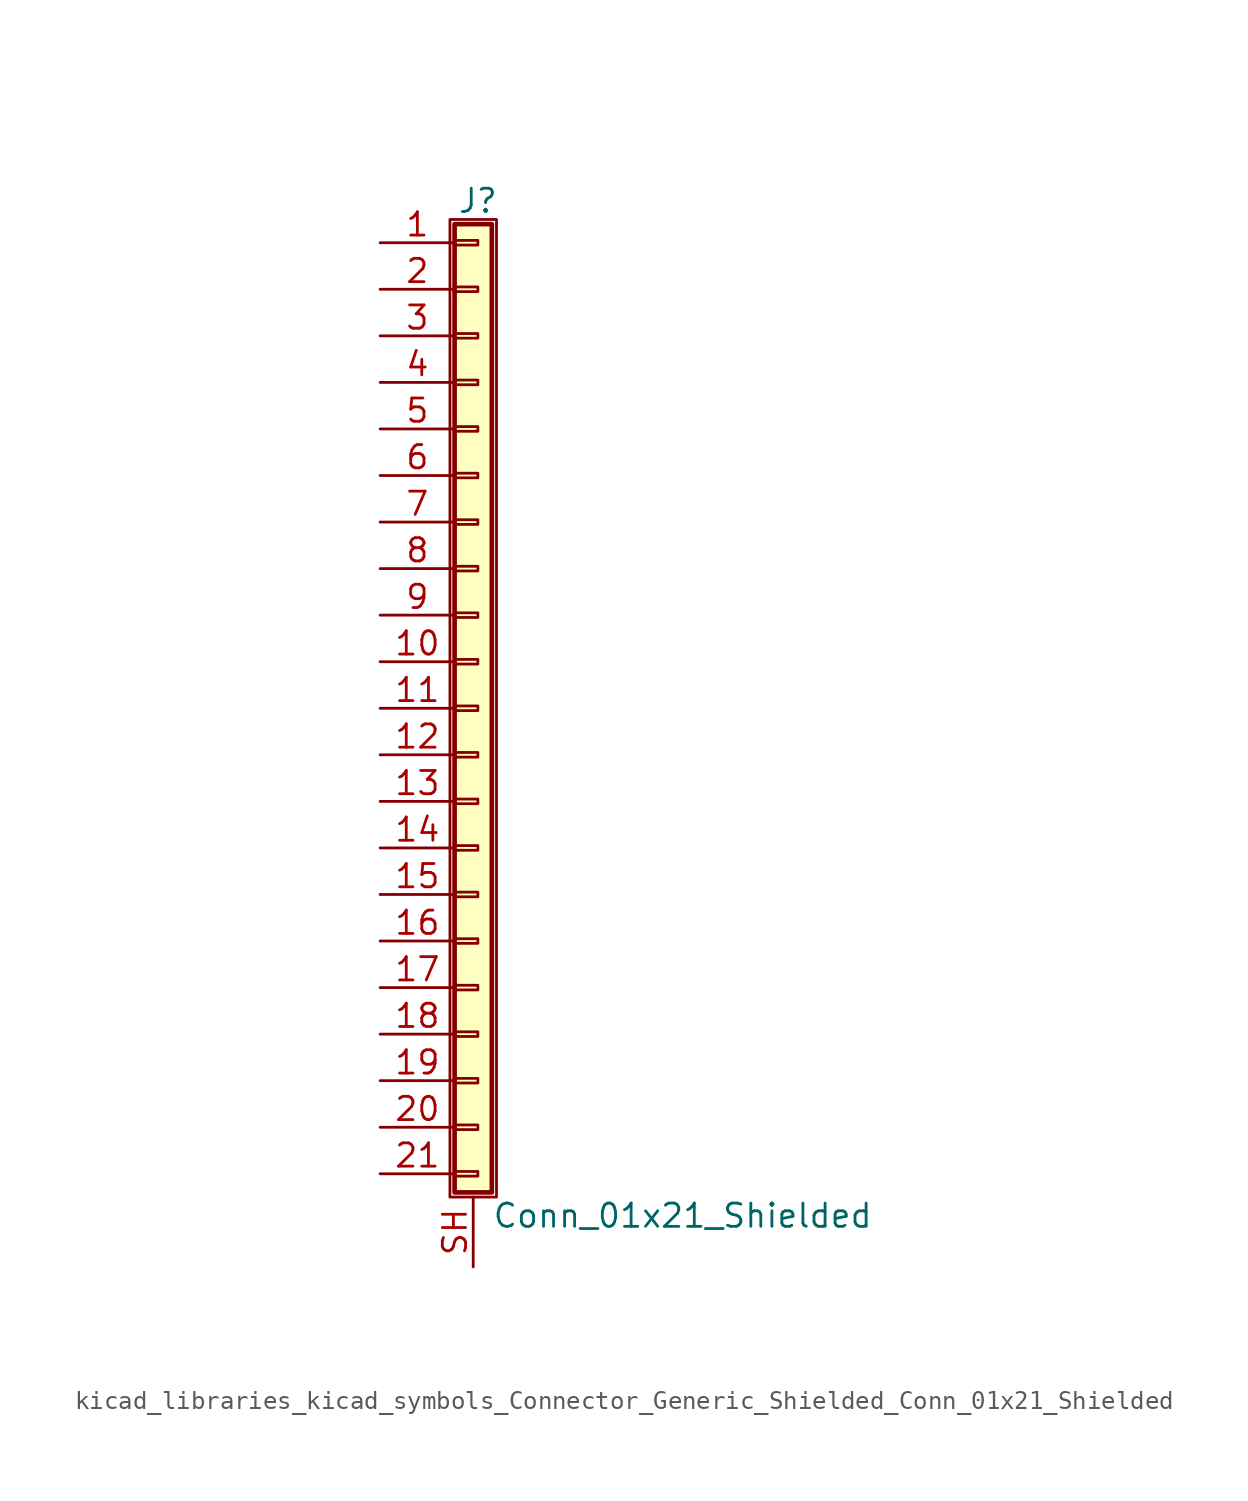
<source format=kicad_sym>
(kicad_symbol_lib
  (version 20220914)
  (generator kicad_symbol_editor)
  (symbol "kicad_libraries_kicad_symbols_Connector_Generic_Shielded_Conn_01x21_Shielded"
    (pin_names
      (offset 1.016) hide)
    (property "Reference" "J"
      (at 0.254 27.686 0)
      (effects (font (size 1.27 1.27))))
    (property "Value" "Conn_01x21_Shielded"
      (at 1.016 -27.686 0)
      (effects (font (size 1.27 1.27)) (justify left)))
    (symbol "kicad_libraries_kicad_symbols_Connector_Generic_Shielded_Conn_01x21_Shielded_1_1"
      (rectangle (start -1.27 26.67) (end 1.27 -26.67) (stroke (width 0.152) (type default)) (fill (type none)))
      (rectangle (start -1.016 -25.273) (end 0.254 -25.527) (stroke (width 0.152) (type default)) (fill (type none)))
      (rectangle (start -1.016 -22.733) (end 0.254 -22.987) (stroke (width 0.152) (type default)) (fill (type none)))
      (rectangle (start -1.016 -20.193) (end 0.254 -20.447) (stroke (width 0.152) (type default)) (fill (type none)))
      (rectangle (start -1.016 -17.653) (end 0.254 -17.907) (stroke (width 0.152) (type default)) (fill (type none)))
      (rectangle (start -1.016 -15.113) (end 0.254 -15.367) (stroke (width 0.152) (type default)) (fill (type none)))
      (rectangle (start -1.016 -12.573) (end 0.254 -12.827) (stroke (width 0.152) (type default)) (fill (type none)))
      (rectangle (start -1.016 -10.033) (end 0.254 -10.287) (stroke (width 0.152) (type default)) (fill (type none)))
      (rectangle (start -1.016 -7.493) (end 0.254 -7.747) (stroke (width 0.152) (type default)) (fill (type none)))
      (rectangle (start -1.016 -4.953) (end 0.254 -5.207) (stroke (width 0.152) (type default)) (fill (type none)))
      (rectangle (start -1.016 -2.413) (end 0.254 -2.667) (stroke (width 0.152) (type default)) (fill (type none)))
      (rectangle (start -1.016 0.127) (end 0.254 -0.127) (stroke (width 0.152) (type default)) (fill (type none)))
      (rectangle (start -1.016 2.667) (end 0.254 2.413) (stroke (width 0.152) (type default)) (fill (type none)))
      (rectangle (start -1.016 5.207) (end 0.254 4.953) (stroke (width 0.152) (type default)) (fill (type none)))
      (rectangle (start -1.016 7.747) (end 0.254 7.493) (stroke (width 0.152) (type default)) (fill (type none)))
      (rectangle (start -1.016 10.287) (end 0.254 10.033) (stroke (width 0.152) (type default)) (fill (type none)))
      (rectangle (start -1.016 12.827) (end 0.254 12.573) (stroke (width 0.152) (type default)) (fill (type none)))
      (rectangle (start -1.016 15.367) (end 0.254 15.113) (stroke (width 0.152) (type default)) (fill (type none)))
      (rectangle (start -1.016 17.907) (end 0.254 17.653) (stroke (width 0.152) (type default)) (fill (type none)))
      (rectangle (start -1.016 20.447) (end 0.254 20.193) (stroke (width 0.152) (type default)) (fill (type none)))
      (rectangle (start -1.016 22.987) (end 0.254 22.733) (stroke (width 0.152) (type default)) (fill (type none)))
      (rectangle (start -1.016 25.527) (end 0.254 25.273) (stroke (width 0.152) (type default)) (fill (type none)))
      (rectangle (start -1.016 26.416) (end 1.016 -26.416) (stroke (width 0.254) (type default)) (fill (type background)))
      (pin passive line (at -5.08 25.4 0) (length 4.064) (name "Pin_1" (effects (font (size 1.27 1.27)))) (number "1" (effects (font (size 1.27 1.27)))))
      (pin passive line (at -5.08 2.54 0) (length 4.064) (name "Pin_10" (effects (font (size 1.27 1.27)))) (number "10" (effects (font (size 1.27 1.27)))))
      (pin passive line (at -5.08 0 0) (length 4.064) (name "Pin_11" (effects (font (size 1.27 1.27)))) (number "11" (effects (font (size 1.27 1.27)))))
      (pin passive line (at -5.08 -2.54 0) (length 4.064) (name "Pin_12" (effects (font (size 1.27 1.27)))) (number "12" (effects (font (size 1.27 1.27)))))
      (pin passive line (at -5.08 -5.08 0) (length 4.064) (name "Pin_13" (effects (font (size 1.27 1.27)))) (number "13" (effects (font (size 1.27 1.27)))))
      (pin passive line (at -5.08 -7.62 0) (length 4.064) (name "Pin_14" (effects (font (size 1.27 1.27)))) (number "14" (effects (font (size 1.27 1.27)))))
      (pin passive line (at -5.08 -10.16 0) (length 4.064) (name "Pin_15" (effects (font (size 1.27 1.27)))) (number "15" (effects (font (size 1.27 1.27)))))
      (pin passive line (at -5.08 -12.7 0) (length 4.064) (name "Pin_16" (effects (font (size 1.27 1.27)))) (number "16" (effects (font (size 1.27 1.27)))))
      (pin passive line (at -5.08 -15.24 0) (length 4.064) (name "Pin_17" (effects (font (size 1.27 1.27)))) (number "17" (effects (font (size 1.27 1.27)))))
      (pin passive line (at -5.08 -17.78 0) (length 4.064) (name "Pin_18" (effects (font (size 1.27 1.27)))) (number "18" (effects (font (size 1.27 1.27)))))
      (pin passive line (at -5.08 -20.32 0) (length 4.064) (name "Pin_19" (effects (font (size 1.27 1.27)))) (number "19" (effects (font (size 1.27 1.27)))))
      (pin passive line (at -5.08 22.86 0) (length 4.064) (name "Pin_2" (effects (font (size 1.27 1.27)))) (number "2" (effects (font (size 1.27 1.27)))))
      (pin passive line (at -5.08 -22.86 0) (length 4.064) (name "Pin_20" (effects (font (size 1.27 1.27)))) (number "20" (effects (font (size 1.27 1.27)))))
      (pin passive line (at -5.08 -25.4 0) (length 4.064) (name "Pin_21" (effects (font (size 1.27 1.27)))) (number "21" (effects (font (size 1.27 1.27)))))
      (pin passive line (at -5.08 20.32 0) (length 4.064) (name "Pin_3" (effects (font (size 1.27 1.27)))) (number "3" (effects (font (size 1.27 1.27)))))
      (pin passive line (at -5.08 17.78 0) (length 4.064) (name "Pin_4" (effects (font (size 1.27 1.27)))) (number "4" (effects (font (size 1.27 1.27)))))
      (pin passive line (at -5.08 15.24 0) (length 4.064) (name "Pin_5" (effects (font (size 1.27 1.27)))) (number "5" (effects (font (size 1.27 1.27)))))
      (pin passive line (at -5.08 12.7 0) (length 4.064) (name "Pin_6" (effects (font (size 1.27 1.27)))) (number "6" (effects (font (size 1.27 1.27)))))
      (pin passive line (at -5.08 10.16 0) (length 4.064) (name "Pin_7" (effects (font (size 1.27 1.27)))) (number "7" (effects (font (size 1.27 1.27)))))
      (pin passive line (at -5.08 7.62 0) (length 4.064) (name "Pin_8" (effects (font (size 1.27 1.27)))) (number "8" (effects (font (size 1.27 1.27)))))
      (pin passive line (at -5.08 5.08 0) (length 4.064) (name "Pin_9" (effects (font (size 1.27 1.27)))) (number "9" (effects (font (size 1.27 1.27)))))
      (pin passive line (at 0 -30.48 90) (length 3.81) (name "Shield" (effects (font (size 1.27 1.27)))) (number "SH" (effects (font (size 1.27 1.27))))))))
</source>
